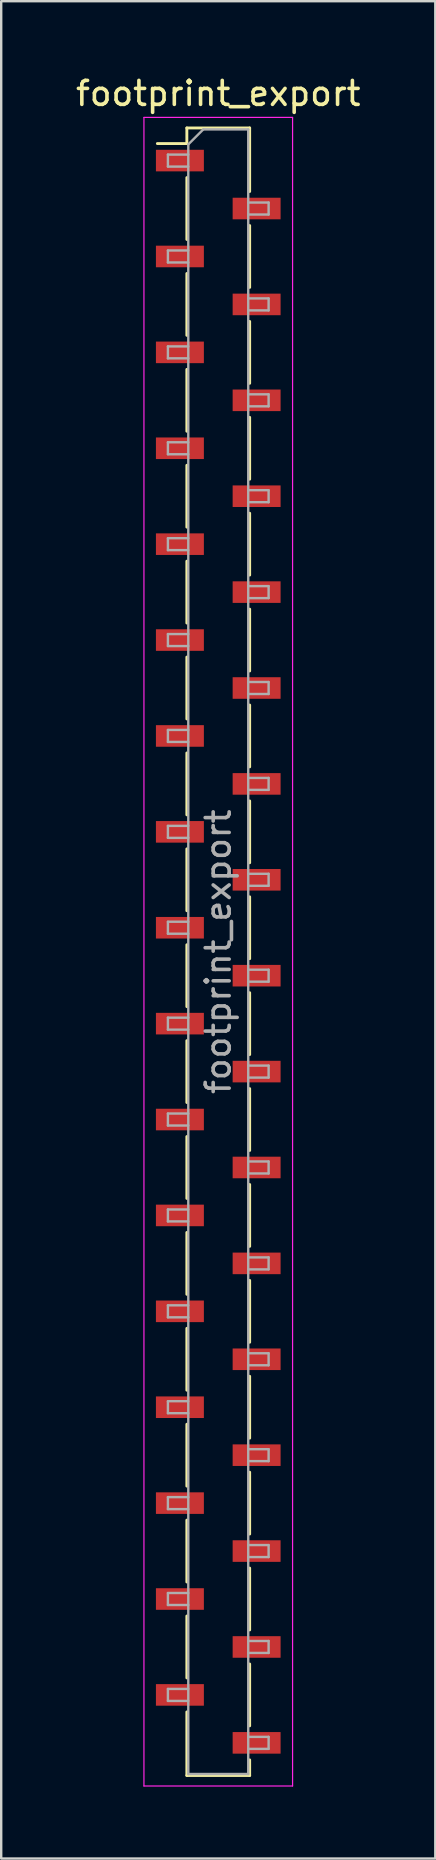
<source format=kicad_pcb>
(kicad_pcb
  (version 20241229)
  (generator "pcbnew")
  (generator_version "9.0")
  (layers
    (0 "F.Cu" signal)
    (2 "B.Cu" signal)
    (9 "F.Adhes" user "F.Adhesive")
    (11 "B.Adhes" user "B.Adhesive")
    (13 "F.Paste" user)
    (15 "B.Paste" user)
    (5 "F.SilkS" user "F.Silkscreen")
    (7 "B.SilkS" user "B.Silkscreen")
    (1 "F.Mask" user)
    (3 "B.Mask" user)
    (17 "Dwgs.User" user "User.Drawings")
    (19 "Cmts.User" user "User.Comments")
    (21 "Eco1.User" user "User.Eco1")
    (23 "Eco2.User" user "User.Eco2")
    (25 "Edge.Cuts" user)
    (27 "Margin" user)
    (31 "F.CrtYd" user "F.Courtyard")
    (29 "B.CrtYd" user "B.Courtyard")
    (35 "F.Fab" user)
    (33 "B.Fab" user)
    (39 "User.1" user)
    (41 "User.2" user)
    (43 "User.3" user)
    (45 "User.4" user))
  (footprint "footprint_export"
    (layer "F.Cu")
    (at 6.054 36.648)
    (property "Reference" "footprint_export" (at 0 -35.8 0) (layer "F.SilkS") (effects (font (size 1 1) (thickness 0.15))))
    (attr smd)
    (fp_line (start -2.54 -33.71) (end -1.31 -33.71) (stroke (width 0.12) (type solid)) (layer "F.SilkS"))
    (fp_line (start -1.31 -34.36) (end -1.31 -33.71) (stroke (width 0.12) (type solid)) (layer "F.SilkS"))
    (fp_line (start -1.31 -34.36) (end 1.31 -34.36) (stroke (width 0.12) (type solid)) (layer "F.SilkS"))
    (fp_line (start -1.31 -32.29) (end -1.31 -29.71) (stroke (width 0.12) (type solid)) (layer "F.SilkS"))
    (fp_line (start -1.31 -28.29) (end -1.31 -25.71) (stroke (width 0.12) (type solid)) (layer "F.SilkS"))
    (fp_line (start -1.31 -24.29) (end -1.31 -21.71) (stroke (width 0.12) (type solid)) (layer "F.SilkS"))
    (fp_line (start -1.31 -20.29) (end -1.31 -17.71) (stroke (width 0.12) (type solid)) (layer "F.SilkS"))
    (fp_line (start -1.31 -16.29) (end -1.31 -13.71) (stroke (width 0.12) (type solid)) (layer "F.SilkS"))
    (fp_line (start -1.31 -12.29) (end -1.31 -9.71) (stroke (width 0.12) (type solid)) (layer "F.SilkS"))
    (fp_line (start -1.31 -8.29) (end -1.31 -5.71) (stroke (width 0.12) (type solid)) (layer "F.SilkS"))
    (fp_line (start -1.31 -4.29) (end -1.31 -1.71) (stroke (width 0.12) (type solid)) (layer "F.SilkS"))
    (fp_line (start -1.31 -0.29) (end -1.31 2.29) (stroke (width 0.12) (type solid)) (layer "F.SilkS"))
    (fp_line (start -1.31 3.71) (end -1.31 6.29) (stroke (width 0.12) (type solid)) (layer "F.SilkS"))
    (fp_line (start -1.31 7.71) (end -1.31 10.29) (stroke (width 0.12) (type solid)) (layer "F.SilkS"))
    (fp_line (start -1.31 11.71) (end -1.31 14.29) (stroke (width 0.12) (type solid)) (layer "F.SilkS"))
    (fp_line (start -1.31 15.71) (end -1.31 18.29) (stroke (width 0.12) (type solid)) (layer "F.SilkS"))
    (fp_line (start -1.31 19.71) (end -1.31 22.29) (stroke (width 0.12) (type solid)) (layer "F.SilkS"))
    (fp_line (start -1.31 23.71) (end -1.31 26.29) (stroke (width 0.12) (type solid)) (layer "F.SilkS"))
    (fp_line (start -1.31 27.71) (end -1.31 30.29) (stroke (width 0.12) (type solid)) (layer "F.SilkS"))
    (fp_line (start -1.31 31.71) (end -1.31 34.36) (stroke (width 0.12) (type solid)) (layer "F.SilkS"))
    (fp_line (start -1.31 34.36) (end 1.31 34.36) (stroke (width 0.12) (type solid)) (layer "F.SilkS"))
    (fp_line (start 1.31 -34.36) (end 1.31 -31.71) (stroke (width 0.12) (type solid)) (layer "F.SilkS"))
    (fp_line (start 1.31 -30.29) (end 1.31 -27.71) (stroke (width 0.12) (type solid)) (layer "F.SilkS"))
    (fp_line (start 1.31 -26.29) (end 1.31 -23.71) (stroke (width 0.12) (type solid)) (layer "F.SilkS"))
    (fp_line (start 1.31 -22.29) (end 1.31 -19.71) (stroke (width 0.12) (type solid)) (layer "F.SilkS"))
    (fp_line (start 1.31 -18.29) (end 1.31 -15.71) (stroke (width 0.12) (type solid)) (layer "F.SilkS"))
    (fp_line (start 1.31 -14.29) (end 1.31 -11.71) (stroke (width 0.12) (type solid)) (layer "F.SilkS"))
    (fp_line (start 1.31 -10.29) (end 1.31 -7.71) (stroke (width 0.12) (type solid)) (layer "F.SilkS"))
    (fp_line (start 1.31 -6.29) (end 1.31 -3.71) (stroke (width 0.12) (type solid)) (layer "F.SilkS"))
    (fp_line (start 1.31 -2.29) (end 1.31 0.29) (stroke (width 0.12) (type solid)) (layer "F.SilkS"))
    (fp_line (start 1.31 1.71) (end 1.31 4.29) (stroke (width 0.12) (type solid)) (layer "F.SilkS"))
    (fp_line (start 1.31 5.71) (end 1.31 8.29) (stroke (width 0.12) (type solid)) (layer "F.SilkS"))
    (fp_line (start 1.31 9.71) (end 1.31 12.29) (stroke (width 0.12) (type solid)) (layer "F.SilkS"))
    (fp_line (start 1.31 13.71) (end 1.31 16.29) (stroke (width 0.12) (type solid)) (layer "F.SilkS"))
    (fp_line (start 1.31 17.71) (end 1.31 20.29) (stroke (width 0.12) (type solid)) (layer "F.SilkS"))
    (fp_line (start 1.31 21.71) (end 1.31 24.29) (stroke (width 0.12) (type solid)) (layer "F.SilkS"))
    (fp_line (start 1.31 25.71) (end 1.31 28.29) (stroke (width 0.12) (type solid)) (layer "F.SilkS"))
    (fp_line (start 1.31 29.71) (end 1.31 32.29) (stroke (width 0.12) (type solid)) (layer "F.SilkS"))
    (fp_line (start 1.31 33.71) (end 1.31 34.36) (stroke (width 0.12) (type solid)) (layer "F.SilkS"))
    (fp_line (start -3.1 -34.8) (end 3.1 -34.8) (stroke (width 0.05) (type solid)) (layer "F.CrtYd"))
    (fp_line (start -3.1 34.8) (end -3.1 -34.8) (stroke (width 0.05) (type solid)) (layer "F.CrtYd"))
    (fp_line (start 3.1 -34.8) (end 3.1 34.8) (stroke (width 0.05) (type solid)) (layer "F.CrtYd"))
    (fp_line (start 3.1 34.8) (end -3.1 34.8) (stroke (width 0.05) (type solid)) (layer "F.CrtYd"))
    (fp_line (start -2.1 -33.25) (end -1.25 -33.25) (stroke (width 0.1) (type solid)) (layer "F.Fab"))
    (fp_line (start -2.1 -32.75) (end -2.1 -33.25) (stroke (width 0.1) (type solid)) (layer "F.Fab"))
    (fp_line (start -2.1 -29.25) (end -1.25 -29.25) (stroke (width 0.1) (type solid)) (layer "F.Fab"))
    (fp_line (start -2.1 -28.75) (end -2.1 -29.25) (stroke (width 0.1) (type solid)) (layer "F.Fab"))
    (fp_line (start -2.1 -25.25) (end -1.25 -25.25) (stroke (width 0.1) (type solid)) (layer "F.Fab"))
    (fp_line (start -2.1 -24.75) (end -2.1 -25.25) (stroke (width 0.1) (type solid)) (layer "F.Fab"))
    (fp_line (start -2.1 -21.25) (end -1.25 -21.25) (stroke (width 0.1) (type solid)) (layer "F.Fab"))
    (fp_line (start -2.1 -20.75) (end -2.1 -21.25) (stroke (width 0.1) (type solid)) (layer "F.Fab"))
    (fp_line (start -2.1 -17.25) (end -1.25 -17.25) (stroke (width 0.1) (type solid)) (layer "F.Fab"))
    (fp_line (start -2.1 -16.75) (end -2.1 -17.25) (stroke (width 0.1) (type solid)) (layer "F.Fab"))
    (fp_line (start -2.1 -13.25) (end -1.25 -13.25) (stroke (width 0.1) (type solid)) (layer "F.Fab"))
    (fp_line (start -2.1 -12.75) (end -2.1 -13.25) (stroke (width 0.1) (type solid)) (layer "F.Fab"))
    (fp_line (start -2.1 -9.25) (end -1.25 -9.25) (stroke (width 0.1) (type solid)) (layer "F.Fab"))
    (fp_line (start -2.1 -8.75) (end -2.1 -9.25) (stroke (width 0.1) (type solid)) (layer "F.Fab"))
    (fp_line (start -2.1 -5.25) (end -1.25 -5.25) (stroke (width 0.1) (type solid)) (layer "F.Fab"))
    (fp_line (start -2.1 -4.75) (end -2.1 -5.25) (stroke (width 0.1) (type solid)) (layer "F.Fab"))
    (fp_line (start -2.1 -1.25) (end -1.25 -1.25) (stroke (width 0.1) (type solid)) (layer "F.Fab"))
    (fp_line (start -2.1 -0.75) (end -2.1 -1.25) (stroke (width 0.1) (type solid)) (layer "F.Fab"))
    (fp_line (start -2.1 2.75) (end -1.25 2.75) (stroke (width 0.1) (type solid)) (layer "F.Fab"))
    (fp_line (start -2.1 3.25) (end -2.1 2.75) (stroke (width 0.1) (type solid)) (layer "F.Fab"))
    (fp_line (start -2.1 6.75) (end -1.25 6.75) (stroke (width 0.1) (type solid)) (layer "F.Fab"))
    (fp_line (start -2.1 7.25) (end -2.1 6.75) (stroke (width 0.1) (type solid)) (layer "F.Fab"))
    (fp_line (start -2.1 10.75) (end -1.25 10.75) (stroke (width 0.1) (type solid)) (layer "F.Fab"))
    (fp_line (start -2.1 11.25) (end -2.1 10.75) (stroke (width 0.1) (type solid)) (layer "F.Fab"))
    (fp_line (start -2.1 14.75) (end -1.25 14.75) (stroke (width 0.1) (type solid)) (layer "F.Fab"))
    (fp_line (start -2.1 15.25) (end -2.1 14.75) (stroke (width 0.1) (type solid)) (layer "F.Fab"))
    (fp_line (start -2.1 18.75) (end -1.25 18.75) (stroke (width 0.1) (type solid)) (layer "F.Fab"))
    (fp_line (start -2.1 19.25) (end -2.1 18.75) (stroke (width 0.1) (type solid)) (layer "F.Fab"))
    (fp_line (start -2.1 22.75) (end -1.25 22.75) (stroke (width 0.1) (type solid)) (layer "F.Fab"))
    (fp_line (start -2.1 23.25) (end -2.1 22.75) (stroke (width 0.1) (type solid)) (layer "F.Fab"))
    (fp_line (start -2.1 26.75) (end -1.25 26.75) (stroke (width 0.1) (type solid)) (layer "F.Fab"))
    (fp_line (start -2.1 27.25) (end -2.1 26.75) (stroke (width 0.1) (type solid)) (layer "F.Fab"))
    (fp_line (start -2.1 30.75) (end -1.25 30.75) (stroke (width 0.1) (type solid)) (layer "F.Fab"))
    (fp_line (start -2.1 31.25) (end -2.1 30.75) (stroke (width 0.1) (type solid)) (layer "F.Fab"))
    (fp_line (start -1.25 -33.675) (end -0.625 -34.3) (stroke (width 0.1) (type solid)) (layer "F.Fab"))
    (fp_line (start -1.25 -32.75) (end -2.1 -32.75) (stroke (width 0.1) (type solid)) (layer "F.Fab"))
    (fp_line (start -1.25 -28.75) (end -2.1 -28.75) (stroke (width 0.1) (type solid)) (layer "F.Fab"))
    (fp_line (start -1.25 -24.75) (end -2.1 -24.75) (stroke (width 0.1) (type solid)) (layer "F.Fab"))
    (fp_line (start -1.25 -20.75) (end -2.1 -20.75) (stroke (width 0.1) (type solid)) (layer "F.Fab"))
    (fp_line (start -1.25 -16.75) (end -2.1 -16.75) (stroke (width 0.1) (type solid)) (layer "F.Fab"))
    (fp_line (start -1.25 -12.75) (end -2.1 -12.75) (stroke (width 0.1) (type solid)) (layer "F.Fab"))
    (fp_line (start -1.25 -8.75) (end -2.1 -8.75) (stroke (width 0.1) (type solid)) (layer "F.Fab"))
    (fp_line (start -1.25 -4.75) (end -2.1 -4.75) (stroke (width 0.1) (type solid)) (layer "F.Fab"))
    (fp_line (start -1.25 -0.75) (end -2.1 -0.75) (stroke (width 0.1) (type solid)) (layer "F.Fab"))
    (fp_line (start -1.25 3.25) (end -2.1 3.25) (stroke (width 0.1) (type solid)) (layer "F.Fab"))
    (fp_line (start -1.25 7.25) (end -2.1 7.25) (stroke (width 0.1) (type solid)) (layer "F.Fab"))
    (fp_line (start -1.25 11.25) (end -2.1 11.25) (stroke (width 0.1) (type solid)) (layer "F.Fab"))
    (fp_line (start -1.25 15.25) (end -2.1 15.25) (stroke (width 0.1) (type solid)) (layer "F.Fab"))
    (fp_line (start -1.25 19.25) (end -2.1 19.25) (stroke (width 0.1) (type solid)) (layer "F.Fab"))
    (fp_line (start -1.25 23.25) (end -2.1 23.25) (stroke (width 0.1) (type solid)) (layer "F.Fab"))
    (fp_line (start -1.25 27.25) (end -2.1 27.25) (stroke (width 0.1) (type solid)) (layer "F.Fab"))
    (fp_line (start -1.25 31.25) (end -2.1 31.25) (stroke (width 0.1) (type solid)) (layer "F.Fab"))
    (fp_line (start -1.25 34.3) (end -1.25 -33.675) (stroke (width 0.1) (type solid)) (layer "F.Fab"))
    (fp_line (start -0.625 -34.3) (end 1.25 -34.3) (stroke (width 0.1) (type solid)) (layer "F.Fab"))
    (fp_line (start 1.25 -34.3) (end 1.25 34.3) (stroke (width 0.1) (type solid)) (layer "F.Fab"))
    (fp_line (start 1.25 -31.25) (end 2.1 -31.25) (stroke (width 0.1) (type solid)) (layer "F.Fab"))
    (fp_line (start 1.25 -27.25) (end 2.1 -27.25) (stroke (width 0.1) (type solid)) (layer "F.Fab"))
    (fp_line (start 1.25 -23.25) (end 2.1 -23.25) (stroke (width 0.1) (type solid)) (layer "F.Fab"))
    (fp_line (start 1.25 -19.25) (end 2.1 -19.25) (stroke (width 0.1) (type solid)) (layer "F.Fab"))
    (fp_line (start 1.25 -15.25) (end 2.1 -15.25) (stroke (width 0.1) (type solid)) (layer "F.Fab"))
    (fp_line (start 1.25 -11.25) (end 2.1 -11.25) (stroke (width 0.1) (type solid)) (layer "F.Fab"))
    (fp_line (start 1.25 -7.25) (end 2.1 -7.25) (stroke (width 0.1) (type solid)) (layer "F.Fab"))
    (fp_line (start 1.25 -3.25) (end 2.1 -3.25) (stroke (width 0.1) (type solid)) (layer "F.Fab"))
    (fp_line (start 1.25 0.75) (end 2.1 0.75) (stroke (width 0.1) (type solid)) (layer "F.Fab"))
    (fp_line (start 1.25 4.75) (end 2.1 4.75) (stroke (width 0.1) (type solid)) (layer "F.Fab"))
    (fp_line (start 1.25 8.75) (end 2.1 8.75) (stroke (width 0.1) (type solid)) (layer "F.Fab"))
    (fp_line (start 1.25 12.75) (end 2.1 12.75) (stroke (width 0.1) (type solid)) (layer "F.Fab"))
    (fp_line (start 1.25 16.75) (end 2.1 16.75) (stroke (width 0.1) (type solid)) (layer "F.Fab"))
    (fp_line (start 1.25 20.75) (end 2.1 20.75) (stroke (width 0.1) (type solid)) (layer "F.Fab"))
    (fp_line (start 1.25 24.75) (end 2.1 24.75) (stroke (width 0.1) (type solid)) (layer "F.Fab"))
    (fp_line (start 1.25 28.75) (end 2.1 28.75) (stroke (width 0.1) (type solid)) (layer "F.Fab"))
    (fp_line (start 1.25 32.75) (end 2.1 32.75) (stroke (width 0.1) (type solid)) (layer "F.Fab"))
    (fp_line (start 1.25 34.3) (end -1.25 34.3) (stroke (width 0.1) (type solid)) (layer "F.Fab"))
    (fp_line (start 2.1 -31.25) (end 2.1 -30.75) (stroke (width 0.1) (type solid)) (layer "F.Fab"))
    (fp_line (start 2.1 -30.75) (end 1.25 -30.75) (stroke (width 0.1) (type solid)) (layer "F.Fab"))
    (fp_line (start 2.1 -27.25) (end 2.1 -26.75) (stroke (width 0.1) (type solid)) (layer "F.Fab"))
    (fp_line (start 2.1 -26.75) (end 1.25 -26.75) (stroke (width 0.1) (type solid)) (layer "F.Fab"))
    (fp_line (start 2.1 -23.25) (end 2.1 -22.75) (stroke (width 0.1) (type solid)) (layer "F.Fab"))
    (fp_line (start 2.1 -22.75) (end 1.25 -22.75) (stroke (width 0.1) (type solid)) (layer "F.Fab"))
    (fp_line (start 2.1 -19.25) (end 2.1 -18.75) (stroke (width 0.1) (type solid)) (layer "F.Fab"))
    (fp_line (start 2.1 -18.75) (end 1.25 -18.75) (stroke (width 0.1) (type solid)) (layer "F.Fab"))
    (fp_line (start 2.1 -15.25) (end 2.1 -14.75) (stroke (width 0.1) (type solid)) (layer "F.Fab"))
    (fp_line (start 2.1 -14.75) (end 1.25 -14.75) (stroke (width 0.1) (type solid)) (layer "F.Fab"))
    (fp_line (start 2.1 -11.25) (end 2.1 -10.75) (stroke (width 0.1) (type solid)) (layer "F.Fab"))
    (fp_line (start 2.1 -10.75) (end 1.25 -10.75) (stroke (width 0.1) (type solid)) (layer "F.Fab"))
    (fp_line (start 2.1 -7.25) (end 2.1 -6.75) (stroke (width 0.1) (type solid)) (layer "F.Fab"))
    (fp_line (start 2.1 -6.75) (end 1.25 -6.75) (stroke (width 0.1) (type solid)) (layer "F.Fab"))
    (fp_line (start 2.1 -3.25) (end 2.1 -2.75) (stroke (width 0.1) (type solid)) (layer "F.Fab"))
    (fp_line (start 2.1 -2.75) (end 1.25 -2.75) (stroke (width 0.1) (type solid)) (layer "F.Fab"))
    (fp_line (start 2.1 0.75) (end 2.1 1.25) (stroke (width 0.1) (type solid)) (layer "F.Fab"))
    (fp_line (start 2.1 1.25) (end 1.25 1.25) (stroke (width 0.1) (type solid)) (layer "F.Fab"))
    (fp_line (start 2.1 4.75) (end 2.1 5.25) (stroke (width 0.1) (type solid)) (layer "F.Fab"))
    (fp_line (start 2.1 5.25) (end 1.25 5.25) (stroke (width 0.1) (type solid)) (layer "F.Fab"))
    (fp_line (start 2.1 8.75) (end 2.1 9.25) (stroke (width 0.1) (type solid)) (layer "F.Fab"))
    (fp_line (start 2.1 9.25) (end 1.25 9.25) (stroke (width 0.1) (type solid)) (layer "F.Fab"))
    (fp_line (start 2.1 12.75) (end 2.1 13.25) (stroke (width 0.1) (type solid)) (layer "F.Fab"))
    (fp_line (start 2.1 13.25) (end 1.25 13.25) (stroke (width 0.1) (type solid)) (layer "F.Fab"))
    (fp_line (start 2.1 16.75) (end 2.1 17.25) (stroke (width 0.1) (type solid)) (layer "F.Fab"))
    (fp_line (start 2.1 17.25) (end 1.25 17.25) (stroke (width 0.1) (type solid)) (layer "F.Fab"))
    (fp_line (start 2.1 20.75) (end 2.1 21.25) (stroke (width 0.1) (type solid)) (layer "F.Fab"))
    (fp_line (start 2.1 21.25) (end 1.25 21.25) (stroke (width 0.1) (type solid)) (layer "F.Fab"))
    (fp_line (start 2.1 24.75) (end 2.1 25.25) (stroke (width 0.1) (type solid)) (layer "F.Fab"))
    (fp_line (start 2.1 25.25) (end 1.25 25.25) (stroke (width 0.1) (type solid)) (layer "F.Fab"))
    (fp_line (start 2.1 28.75) (end 2.1 29.25) (stroke (width 0.1) (type solid)) (layer "F.Fab"))
    (fp_line (start 2.1 29.25) (end 1.25 29.25) (stroke (width 0.1) (type solid)) (layer "F.Fab"))
    (fp_line (start 2.1 32.75) (end 2.1 33.25) (stroke (width 0.1) (type solid)) (layer "F.Fab"))
    (fp_line (start 2.1 33.25) (end 1.25 33.25) (stroke (width 0.1) (type solid)) (layer "F.Fab"))
    (fp_text user "${REFERENCE}" (at 0 0 90) (layer "F.Fab") (effects (font (size 1 1) (thickness 0.15))))
    (pad "1" smd rect (at -1.6 -33) (size 2 0.9) (layers "F.Cu" "F.Mask" "F.Paste"))
    (pad "2" smd rect (at 1.6 -31) (size 2 0.9) (layers "F.Cu" "F.Mask" "F.Paste"))
    (pad "3" smd rect (at -1.6 -29) (size 2 0.9) (layers "F.Cu" "F.Mask" "F.Paste"))
    (pad "4" smd rect (at 1.6 -27) (size 2 0.9) (layers "F.Cu" "F.Mask" "F.Paste"))
    (pad "5" smd rect (at -1.6 -25) (size 2 0.9) (layers "F.Cu" "F.Mask" "F.Paste"))
    (pad "6" smd rect (at 1.6 -23) (size 2 0.9) (layers "F.Cu" "F.Mask" "F.Paste"))
    (pad "7" smd rect (at -1.6 -21) (size 2 0.9) (layers "F.Cu" "F.Mask" "F.Paste"))
    (pad "8" smd rect (at 1.6 -19) (size 2 0.9) (layers "F.Cu" "F.Mask" "F.Paste"))
    (pad "9" smd rect (at -1.6 -17) (size 2 0.9) (layers "F.Cu" "F.Mask" "F.Paste"))
    (pad "10" smd rect (at 1.6 -15) (size 2 0.9) (layers "F.Cu" "F.Mask" "F.Paste"))
    (pad "11" smd rect (at -1.6 -13) (size 2 0.9) (layers "F.Cu" "F.Mask" "F.Paste"))
    (pad "12" smd rect (at 1.6 -11) (size 2 0.9) (layers "F.Cu" "F.Mask" "F.Paste"))
    (pad "13" smd rect (at -1.6 -9) (size 2 0.9) (layers "F.Cu" "F.Mask" "F.Paste"))
    (pad "14" smd rect (at 1.6 -7) (size 2 0.9) (layers "F.Cu" "F.Mask" "F.Paste"))
    (pad "15" smd rect (at -1.6 -5) (size 2 0.9) (layers "F.Cu" "F.Mask" "F.Paste"))
    (pad "16" smd rect (at 1.6 -3) (size 2 0.9) (layers "F.Cu" "F.Mask" "F.Paste"))
    (pad "17" smd rect (at -1.6 -1) (size 2 0.9) (layers "F.Cu" "F.Mask" "F.Paste"))
    (pad "18" smd rect (at 1.6 1) (size 2 0.9) (layers "F.Cu" "F.Mask" "F.Paste"))
    (pad "19" smd rect (at -1.6 3) (size 2 0.9) (layers "F.Cu" "F.Mask" "F.Paste"))
    (pad "20" smd rect (at 1.6 5) (size 2 0.9) (layers "F.Cu" "F.Mask" "F.Paste"))
    (pad "21" smd rect (at -1.6 7) (size 2 0.9) (layers "F.Cu" "F.Mask" "F.Paste"))
    (pad "22" smd rect (at 1.6 9) (size 2 0.9) (layers "F.Cu" "F.Mask" "F.Paste"))
    (pad "23" smd rect (at -1.6 11) (size 2 0.9) (layers "F.Cu" "F.Mask" "F.Paste"))
    (pad "24" smd rect (at 1.6 13) (size 2 0.9) (layers "F.Cu" "F.Mask" "F.Paste"))
    (pad "25" smd rect (at -1.6 15) (size 2 0.9) (layers "F.Cu" "F.Mask" "F.Paste"))
    (pad "26" smd rect (at 1.6 17) (size 2 0.9) (layers "F.Cu" "F.Mask" "F.Paste"))
    (pad "27" smd rect (at -1.6 19) (size 2 0.9) (layers "F.Cu" "F.Mask" "F.Paste"))
    (pad "28" smd rect (at 1.6 21) (size 2 0.9) (layers "F.Cu" "F.Mask" "F.Paste"))
    (pad "29" smd rect (at -1.6 23) (size 2 0.9) (layers "F.Cu" "F.Mask" "F.Paste"))
    (pad "30" smd rect (at 1.6 25) (size 2 0.9) (layers "F.Cu" "F.Mask" "F.Paste"))
    (pad "31" smd rect (at -1.6 27) (size 2 0.9) (layers "F.Cu" "F.Mask" "F.Paste"))
    (pad "32" smd rect (at 1.6 29) (size 2 0.9) (layers "F.Cu" "F.Mask" "F.Paste"))
    (pad "33" smd rect (at -1.6 31) (size 2 0.9) (layers "F.Cu" "F.Mask" "F.Paste"))
    (pad "34" smd rect (at 1.6 33) (size 2 0.9) (layers "F.Cu" "F.Mask" "F.Paste")))
  (gr_rect
    (start -3 -3)
    (end 15.107 74.473)
    (stroke (width 0.1) (type default))
    (fill no)
    (layer "Edge.Cuts")))
</source>
